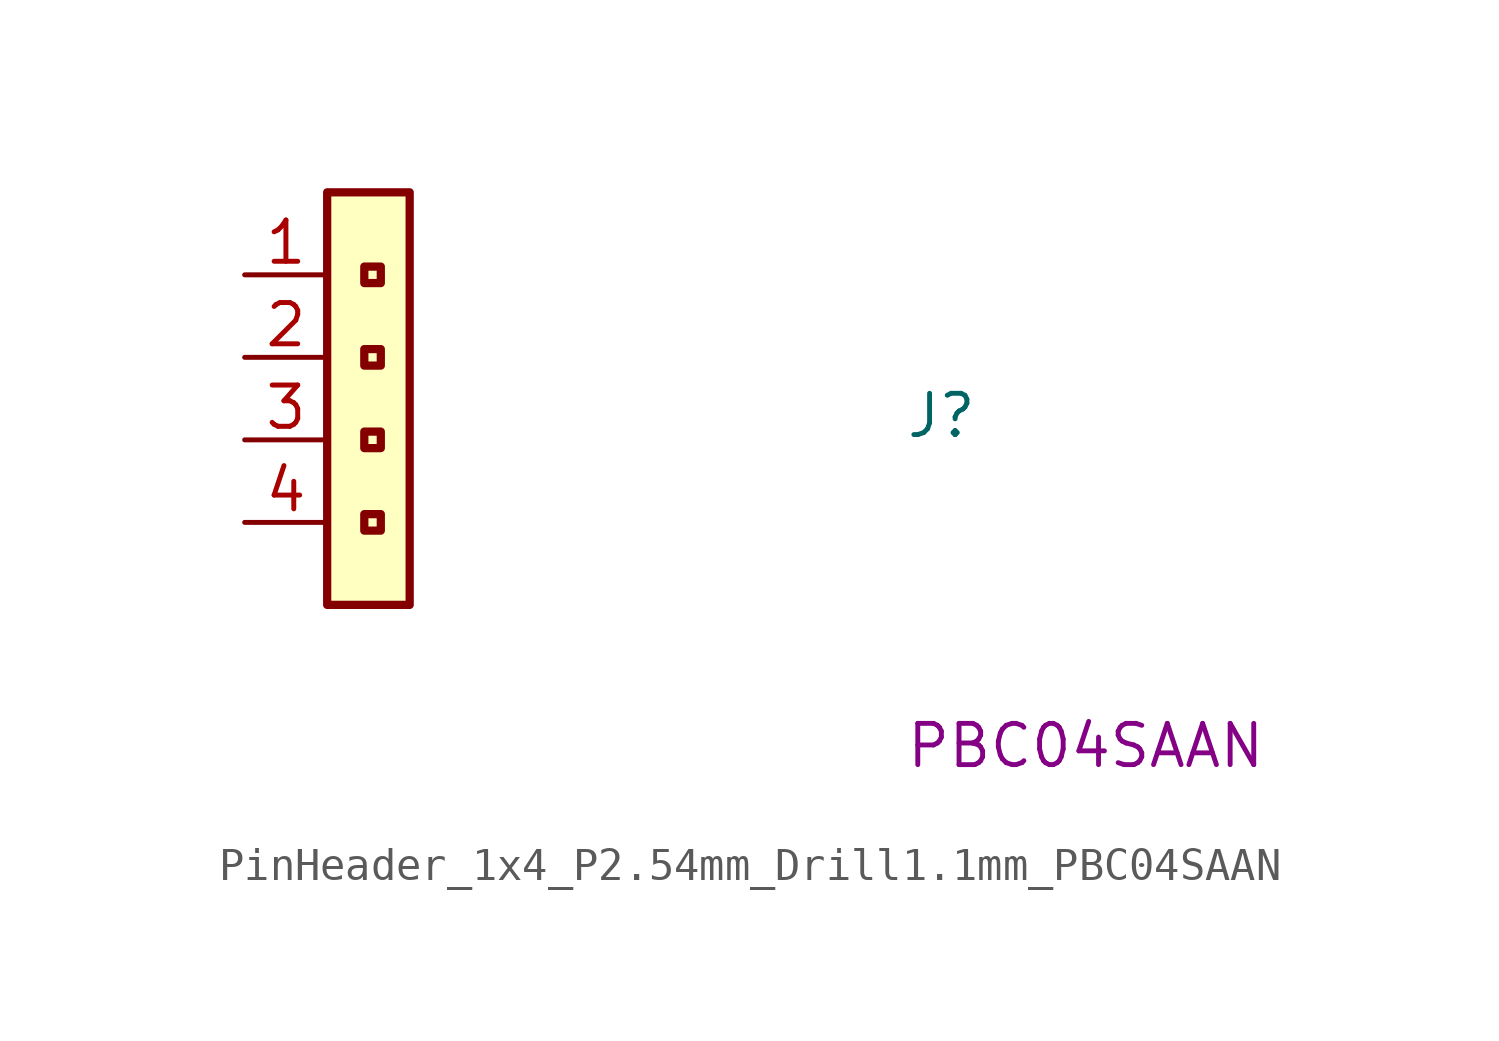
<source format=kicad_sym>
(kicad_symbol_lib
  (version 20220914)
  (generator kicad_symbol_editor)
  (symbol "PinHeader_1x4_P2.54mm_Drill1.1mm_PBC04SAAN"
    (property "Reference" "J"
      (at 20.32 -5.08 0)
      (effects (font (size 1.27 1.27) (thickness 0.15)) (justify left bottom)))
    (property "MPN" "PBC04SAAN"
      (at 20.32 -15.24 0)
      (effects (font (size 1.27 1.27) (thickness 0.15)) (justify left bottom)))
    (symbol "PinHeader_1x4_P2.54mm_Drill1.1mm_PBC04SAAN_1_1"
      (rectangle (start 2.54 2.54) (end 5.08 -10.16) (stroke (width 0.254) (type default)) (fill (type background)))
      (rectangle (start 4.191 -7.874) (end 3.683 -7.366) (stroke (width 0.254) (type default)) (fill (type none)))
      (rectangle (start 4.191 -5.334) (end 3.683 -4.826) (stroke (width 0.254) (type default)) (fill (type none)))
      (rectangle (start 4.191 -2.794) (end 3.683 -2.286) (stroke (width 0.254) (type default)) (fill (type none)))
      (rectangle (start 4.191 -0.254) (end 3.683 0.254) (stroke (width 0.254) (type default)) (fill (type none)))
      (pin passive line (at 0 0 0) (length 2.54) (name "~" (effects (font (size 1.27 1.27)))) (number "1" (effects (font (size 1.27 1.27)))))
      (pin passive line (at 0 -2.54 0) (length 2.54) (name "~" (effects (font (size 1.27 1.27)))) (number "2" (effects (font (size 1.27 1.27)))))
      (pin passive line (at 0 -5.08 0) (length 2.54) (name "~" (effects (font (size 1.27 1.27)))) (number "3" (effects (font (size 1.27 1.27)))))
      (pin passive line (at 0 -7.62 0) (length 2.54) (name "~" (effects (font (size 1.27 1.27)))) (number "4" (effects (font (size 1.27 1.27))))))))
</source>
